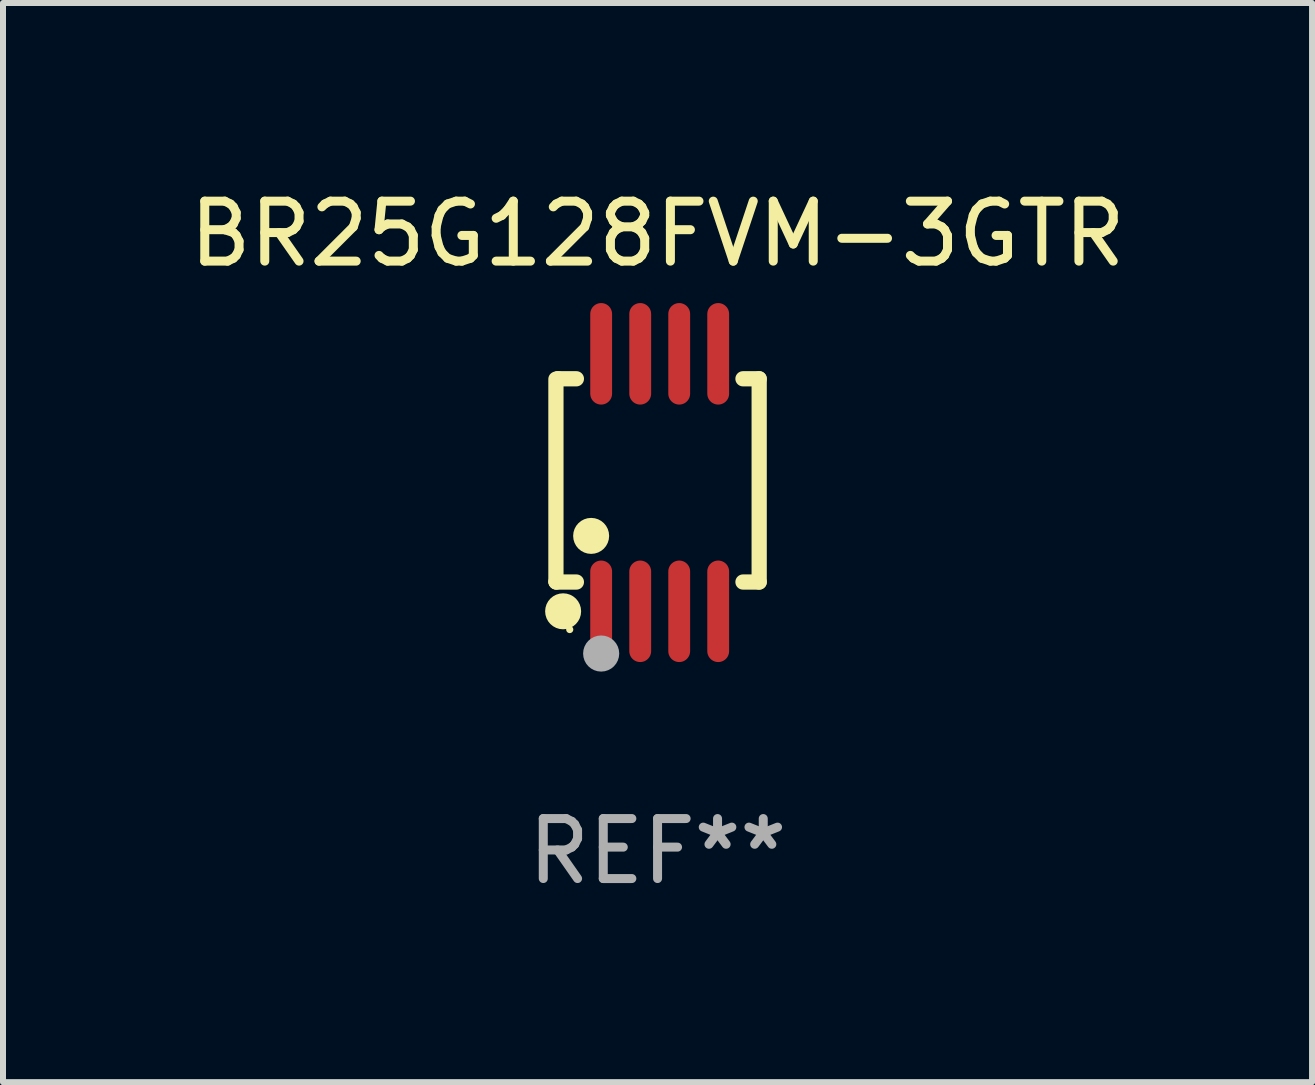
<source format=kicad_pcb>
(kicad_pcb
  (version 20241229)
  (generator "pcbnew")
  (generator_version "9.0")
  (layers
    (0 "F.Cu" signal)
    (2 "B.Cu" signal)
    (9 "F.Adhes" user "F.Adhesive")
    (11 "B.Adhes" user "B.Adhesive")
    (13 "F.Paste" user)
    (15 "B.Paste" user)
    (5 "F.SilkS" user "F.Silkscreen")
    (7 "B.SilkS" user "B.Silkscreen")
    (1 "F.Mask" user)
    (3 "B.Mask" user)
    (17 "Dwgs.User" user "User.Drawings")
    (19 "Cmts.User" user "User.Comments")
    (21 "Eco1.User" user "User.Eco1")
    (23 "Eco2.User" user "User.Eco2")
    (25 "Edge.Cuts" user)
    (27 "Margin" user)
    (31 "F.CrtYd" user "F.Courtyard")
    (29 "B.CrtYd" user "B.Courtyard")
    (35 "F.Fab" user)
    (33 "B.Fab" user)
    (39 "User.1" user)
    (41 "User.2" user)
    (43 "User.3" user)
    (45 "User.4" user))
  (footprint "BR25G128FVM-3GTR"
    (layer "F.Cu")
    (at 7.911 4.994)
    (property "Reference" "BR25G128FVM-3GTR" (at 0 -4.146 0) (layer "F.SilkS") (effects (font (size 1 1) (thickness 0.15))))
    (attr through_hole)
    (fp_line (start -1.694 -1.724) (end -1.694 1.652) (stroke (width 0.254) (type solid)) (layer "F.SilkS"))
    (fp_line (start -1.694 1.652) (end -1.688 1.658) (stroke (width 0.254) (type solid)) (layer "F.SilkS"))
    (fp_line (start -1.688 1.658) (end -1.353 1.658) (stroke (width 0.254) (type solid)) (layer "F.SilkS"))
    (fp_line (start -1.661 -1.73) (end -1.681 -1.71) (stroke (width 0.254) (type solid)) (layer "F.SilkS"))
    (fp_line (start -1.353 -1.73) (end -1.661 -1.73) (stroke (width 0.254) (type solid)) (layer "F.SilkS"))
    (fp_line (start 1.424 1.658) (end 1.694 1.658) (stroke (width 0.254) (type solid)) (layer "F.SilkS"))
    (fp_line (start 1.694 -1.73) (end 1.424 -1.73) (stroke (width 0.254) (type solid)) (layer "F.SilkS"))
    (fp_line (start 1.694 1.658) (end 1.694 -1.73) (stroke (width 0.254) (type solid)) (layer "F.SilkS"))
    (fp_circle (center -1.574 2.146) (end -1.424 2.146) (stroke (width 0.3) (type solid)) (fill no) (layer "F.SilkS"))
    (fp_circle (center -1.464 2.45) (end -1.434 2.45) (stroke (width 0.06) (type solid)) (fill no) (layer "F.SilkS"))
    (fp_circle (center -1.107 0.889) (end -0.957 0.889) (stroke (width 0.3) (type solid)) (fill no) (layer "F.SilkS"))
    (fp_circle (center -0.94 2.85) (end -0.789 2.85) (stroke (width 0.3) (type solid)) (fill no) (layer "F.Fab"))
    (fp_text user "REF**" (at 0 6.146 0) (layer "F.Fab") (effects (font (size 1 1) (thickness 0.15))))
    (pad "1" smd oval (at -0.94 2.146) (size 0.364 1.692) (layers "F.Cu" "F.Mask" "F.Paste"))
    (pad "2" smd oval (at -0.289 2.146) (size 0.364 1.692) (layers "F.Cu" "F.Mask" "F.Paste"))
    (pad "3" smd oval (at 0.361 2.146) (size 0.364 1.692) (layers "F.Cu" "F.Mask" "F.Paste"))
    (pad "4" smd oval (at 1.011 2.146) (size 0.364 1.692) (layers "F.Cu" "F.Mask" "F.Paste"))
    (pad "5" smd oval (at 1.011 -2.146) (size 0.364 1.692) (layers "F.Cu" "F.Mask" "F.Paste"))
    (pad "6" smd oval (at 0.361 -2.146) (size 0.364 1.692) (layers "F.Cu" "F.Mask" "F.Paste"))
    (pad "7" smd oval (at -0.289 -2.146) (size 0.364 1.692) (layers "F.Cu" "F.Mask" "F.Paste"))
    (pad "8" smd oval (at -0.94 -2.146) (size 0.364 1.692) (layers "F.Cu" "F.Mask" "F.Paste")))
  (gr_rect
    (start -3 -3)
    (end 18.821 14.989)
    (stroke (width 0.1) (type default))
    (fill no)
    (layer "Edge.Cuts")))
</source>
